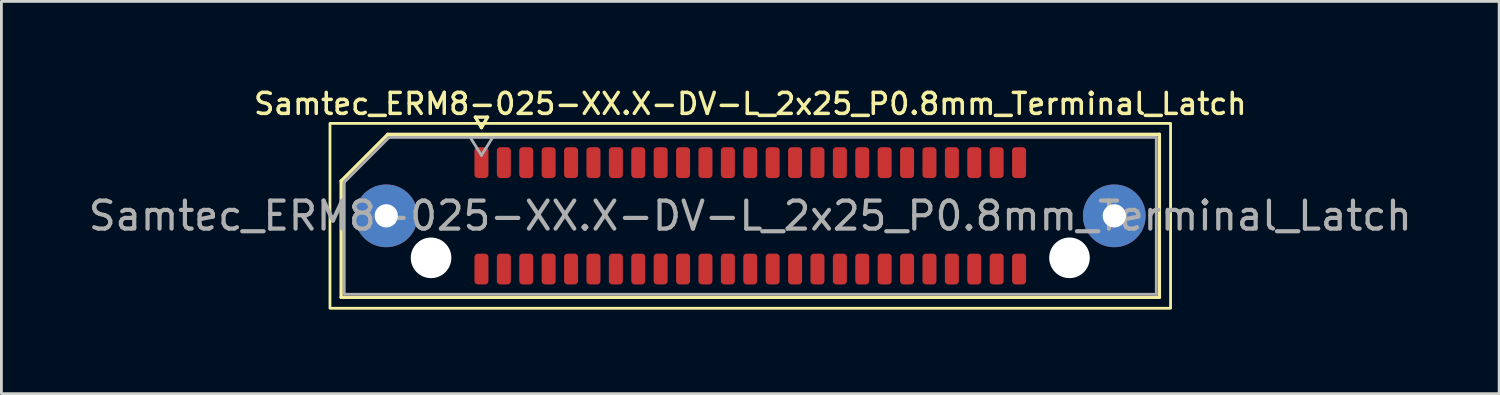
<source format=kicad_pcb>
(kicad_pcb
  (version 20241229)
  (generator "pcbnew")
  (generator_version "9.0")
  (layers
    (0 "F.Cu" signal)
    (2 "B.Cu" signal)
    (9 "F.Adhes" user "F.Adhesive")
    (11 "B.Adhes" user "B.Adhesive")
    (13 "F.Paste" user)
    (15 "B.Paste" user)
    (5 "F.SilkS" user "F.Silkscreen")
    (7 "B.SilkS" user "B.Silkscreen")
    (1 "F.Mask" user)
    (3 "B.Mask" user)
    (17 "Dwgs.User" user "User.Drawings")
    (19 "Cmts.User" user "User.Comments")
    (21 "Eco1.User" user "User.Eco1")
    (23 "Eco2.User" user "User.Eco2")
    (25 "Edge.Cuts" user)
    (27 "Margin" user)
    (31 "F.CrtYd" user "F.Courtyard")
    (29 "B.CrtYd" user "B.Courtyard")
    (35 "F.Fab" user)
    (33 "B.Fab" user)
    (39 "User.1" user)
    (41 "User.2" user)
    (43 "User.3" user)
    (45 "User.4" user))
  (footprint "Samtec_ERM8-025-XX.X-DV-L_2x25_P0.8mm_Terminal_Latch"
    (layer "F.Cu")
    (at 23.744 4.658)
    (property "Reference" "Samtec_ERM8-025-XX.X-DV-L_2x25_P0.8mm_Terminal_Latch" (at 0 -4 0) (layer "F.SilkS") (effects (font (size 0.75 0.75) (thickness 0.125))))
    (attr smd)
    (fp_line (start -14.61 -1.246) (end -12.946 -2.91) (stroke (width 0.12) (type solid)) (layer "F.SilkS"))
    (fp_line (start -14.61 2.91) (end -14.61 -1.246) (stroke (width 0.12) (type solid)) (layer "F.SilkS"))
    (fp_line (start -12.946 -2.91) (end 14.61 -2.91) (stroke (width 0.12) (type solid)) (layer "F.SilkS"))
    (fp_line (start -9.817 -3.525) (end -9.6 -3.15) (stroke (width 0.12) (type solid)) (layer "F.SilkS"))
    (fp_line (start -9.6 -3.15) (end -9.383 -3.525) (stroke (width 0.12) (type solid)) (layer "F.SilkS"))
    (fp_line (start -9.383 -3.525) (end -9.817 -3.525) (stroke (width 0.12) (type solid)) (layer "F.SilkS"))
    (fp_line (start 14.61 -2.91) (end 14.61 2.91) (stroke (width 0.12) (type solid)) (layer "F.SilkS"))
    (fp_line (start 14.61 2.91) (end -14.61 2.91) (stroke (width 0.12) (type solid)) (layer "F.SilkS"))
    (fp_rect (start -15.01 -3.3) (end 15.01 3.3) (stroke (width 0.1) (type solid)) (fill no) (layer "F.SilkS"))
    (fp_line (start -14.5 -1.2) (end -12.9 -2.8) (stroke (width 0.1) (type solid)) (layer "F.Fab"))
    (fp_line (start -14.5 2.8) (end -14.5 -1.2) (stroke (width 0.1) (type solid)) (layer "F.Fab"))
    (fp_line (start -12.9 -2.8) (end 14.5 -2.8) (stroke (width 0.1) (type solid)) (layer "F.Fab"))
    (fp_line (start -10 -2.8) (end -9.6 -2.16) (stroke (width 0.1) (type solid)) (layer "F.Fab"))
    (fp_line (start -9.6 -2.16) (end -9.2 -2.8) (stroke (width 0.1) (type solid)) (layer "F.Fab"))
    (fp_line (start 14.5 -2.8) (end 14.5 2.8) (stroke (width 0.1) (type solid)) (layer "F.Fab"))
    (fp_line (start 14.5 2.8) (end -14.5 2.8) (stroke (width 0.1) (type solid)) (layer "F.Fab"))
    (fp_text user "${REFERENCE}" (at 0 0 0) (layer "F.Fab") (effects (font (size 1 1) (thickness 0.15))))
    (pad "" thru_hole circle (at -13 0) (size 2.24 2.24) (drill 0.83) (layers "*.Cu" "*.Mask" "F.Paste"))
    (pad "" np_thru_hole circle (at -11.4 1.5) (size 1.45 1.45) (drill 1.45) (layers "*.Cu" "*.Mask"))
    (pad "" np_thru_hole circle (at 11.4 1.5) (size 1.45 1.45) (drill 1.45) (layers "*.Cu" "*.Mask"))
    (pad "" thru_hole circle (at 13 0) (size 2.24 2.24) (drill 0.83) (layers "*.Cu" "*.Mask" "F.Paste"))
    (pad "1" smd roundrect (at -9.6 -1.9) (size 0.5 1.1) (layers "F.Cu" "F.Mask" "F.Paste") (roundrect_rratio 0.25))
    (pad "2" smd roundrect (at -9.6 1.9) (size 0.5 1.1) (layers "F.Cu" "F.Mask" "F.Paste") (roundrect_rratio 0.25))
    (pad "3" smd roundrect (at -8.8 -1.9) (size 0.5 1.1) (layers "F.Cu" "F.Mask" "F.Paste") (roundrect_rratio 0.25))
    (pad "4" smd roundrect (at -8.8 1.9) (size 0.5 1.1) (layers "F.Cu" "F.Mask" "F.Paste") (roundrect_rratio 0.25))
    (pad "5" smd roundrect (at -8 -1.9) (size 0.5 1.1) (layers "F.Cu" "F.Mask" "F.Paste") (roundrect_rratio 0.25))
    (pad "6" smd roundrect (at -8 1.9) (size 0.5 1.1) (layers "F.Cu" "F.Mask" "F.Paste") (roundrect_rratio 0.25))
    (pad "7" smd roundrect (at -7.2 -1.9) (size 0.5 1.1) (layers "F.Cu" "F.Mask" "F.Paste") (roundrect_rratio 0.25))
    (pad "8" smd roundrect (at -7.2 1.9) (size 0.5 1.1) (layers "F.Cu" "F.Mask" "F.Paste") (roundrect_rratio 0.25))
    (pad "9" smd roundrect (at -6.4 -1.9) (size 0.5 1.1) (layers "F.Cu" "F.Mask" "F.Paste") (roundrect_rratio 0.25))
    (pad "10" smd roundrect (at -6.4 1.9) (size 0.5 1.1) (layers "F.Cu" "F.Mask" "F.Paste") (roundrect_rratio 0.25))
    (pad "11" smd roundrect (at -5.6 -1.9) (size 0.5 1.1) (layers "F.Cu" "F.Mask" "F.Paste") (roundrect_rratio 0.25))
    (pad "12" smd roundrect (at -5.6 1.9) (size 0.5 1.1) (layers "F.Cu" "F.Mask" "F.Paste") (roundrect_rratio 0.25))
    (pad "13" smd roundrect (at -4.8 -1.9) (size 0.5 1.1) (layers "F.Cu" "F.Mask" "F.Paste") (roundrect_rratio 0.25))
    (pad "14" smd roundrect (at -4.8 1.9) (size 0.5 1.1) (layers "F.Cu" "F.Mask" "F.Paste") (roundrect_rratio 0.25))
    (pad "15" smd roundrect (at -4 -1.9) (size 0.5 1.1) (layers "F.Cu" "F.Mask" "F.Paste") (roundrect_rratio 0.25))
    (pad "16" smd roundrect (at -4 1.9) (size 0.5 1.1) (layers "F.Cu" "F.Mask" "F.Paste") (roundrect_rratio 0.25))
    (pad "17" smd roundrect (at -3.2 -1.9) (size 0.5 1.1) (layers "F.Cu" "F.Mask" "F.Paste") (roundrect_rratio 0.25))
    (pad "18" smd roundrect (at -3.2 1.9) (size 0.5 1.1) (layers "F.Cu" "F.Mask" "F.Paste") (roundrect_rratio 0.25))
    (pad "19" smd roundrect (at -2.4 -1.9) (size 0.5 1.1) (layers "F.Cu" "F.Mask" "F.Paste") (roundrect_rratio 0.25))
    (pad "20" smd roundrect (at -2.4 1.9) (size 0.5 1.1) (layers "F.Cu" "F.Mask" "F.Paste") (roundrect_rratio 0.25))
    (pad "21" smd roundrect (at -1.6 -1.9) (size 0.5 1.1) (layers "F.Cu" "F.Mask" "F.Paste") (roundrect_rratio 0.25))
    (pad "22" smd roundrect (at -1.6 1.9) (size 0.5 1.1) (layers "F.Cu" "F.Mask" "F.Paste") (roundrect_rratio 0.25))
    (pad "23" smd roundrect (at -0.8 -1.9) (size 0.5 1.1) (layers "F.Cu" "F.Mask" "F.Paste") (roundrect_rratio 0.25))
    (pad "24" smd roundrect (at -0.8 1.9) (size 0.5 1.1) (layers "F.Cu" "F.Mask" "F.Paste") (roundrect_rratio 0.25))
    (pad "25" smd roundrect (at 0 -1.9) (size 0.5 1.1) (layers "F.Cu" "F.Mask" "F.Paste") (roundrect_rratio 0.25))
    (pad "26" smd roundrect (at 0 1.9) (size 0.5 1.1) (layers "F.Cu" "F.Mask" "F.Paste") (roundrect_rratio 0.25))
    (pad "27" smd roundrect (at 0.8 -1.9) (size 0.5 1.1) (layers "F.Cu" "F.Mask" "F.Paste") (roundrect_rratio 0.25))
    (pad "28" smd roundrect (at 0.8 1.9) (size 0.5 1.1) (layers "F.Cu" "F.Mask" "F.Paste") (roundrect_rratio 0.25))
    (pad "29" smd roundrect (at 1.6 -1.9) (size 0.5 1.1) (layers "F.Cu" "F.Mask" "F.Paste") (roundrect_rratio 0.25))
    (pad "30" smd roundrect (at 1.6 1.9) (size 0.5 1.1) (layers "F.Cu" "F.Mask" "F.Paste") (roundrect_rratio 0.25))
    (pad "31" smd roundrect (at 2.4 -1.9) (size 0.5 1.1) (layers "F.Cu" "F.Mask" "F.Paste") (roundrect_rratio 0.25))
    (pad "32" smd roundrect (at 2.4 1.9) (size 0.5 1.1) (layers "F.Cu" "F.Mask" "F.Paste") (roundrect_rratio 0.25))
    (pad "33" smd roundrect (at 3.2 -1.9) (size 0.5 1.1) (layers "F.Cu" "F.Mask" "F.Paste") (roundrect_rratio 0.25))
    (pad "34" smd roundrect (at 3.2 1.9) (size 0.5 1.1) (layers "F.Cu" "F.Mask" "F.Paste") (roundrect_rratio 0.25))
    (pad "35" smd roundrect (at 4 -1.9) (size 0.5 1.1) (layers "F.Cu" "F.Mask" "F.Paste") (roundrect_rratio 0.25))
    (pad "36" smd roundrect (at 4 1.9) (size 0.5 1.1) (layers "F.Cu" "F.Mask" "F.Paste") (roundrect_rratio 0.25))
    (pad "37" smd roundrect (at 4.8 -1.9) (size 0.5 1.1) (layers "F.Cu" "F.Mask" "F.Paste") (roundrect_rratio 0.25))
    (pad "38" smd roundrect (at 4.8 1.9) (size 0.5 1.1) (layers "F.Cu" "F.Mask" "F.Paste") (roundrect_rratio 0.25))
    (pad "39" smd roundrect (at 5.6 -1.9) (size 0.5 1.1) (layers "F.Cu" "F.Mask" "F.Paste") (roundrect_rratio 0.25))
    (pad "40" smd roundrect (at 5.6 1.9) (size 0.5 1.1) (layers "F.Cu" "F.Mask" "F.Paste") (roundrect_rratio 0.25))
    (pad "41" smd roundrect (at 6.4 -1.9) (size 0.5 1.1) (layers "F.Cu" "F.Mask" "F.Paste") (roundrect_rratio 0.25))
    (pad "42" smd roundrect (at 6.4 1.9) (size 0.5 1.1) (layers "F.Cu" "F.Mask" "F.Paste") (roundrect_rratio 0.25))
    (pad "43" smd roundrect (at 7.2 -1.9) (size 0.5 1.1) (layers "F.Cu" "F.Mask" "F.Paste") (roundrect_rratio 0.25))
    (pad "44" smd roundrect (at 7.2 1.9) (size 0.5 1.1) (layers "F.Cu" "F.Mask" "F.Paste") (roundrect_rratio 0.25))
    (pad "45" smd roundrect (at 8 -1.9) (size 0.5 1.1) (layers "F.Cu" "F.Mask" "F.Paste") (roundrect_rratio 0.25))
    (pad "46" smd roundrect (at 8 1.9) (size 0.5 1.1) (layers "F.Cu" "F.Mask" "F.Paste") (roundrect_rratio 0.25))
    (pad "47" smd roundrect (at 8.8 -1.9) (size 0.5 1.1) (layers "F.Cu" "F.Mask" "F.Paste") (roundrect_rratio 0.25))
    (pad "48" smd roundrect (at 8.8 1.9) (size 0.5 1.1) (layers "F.Cu" "F.Mask" "F.Paste") (roundrect_rratio 0.25))
    (pad "49" smd roundrect (at 9.6 -1.9) (size 0.5 1.1) (layers "F.Cu" "F.Mask" "F.Paste") (roundrect_rratio 0.25))
    (pad "50" smd roundrect (at 9.6 1.9) (size 0.5 1.1) (layers "F.Cu" "F.Mask" "F.Paste") (roundrect_rratio 0.25)))
  (gr_rect
    (start -3 -3)
    (end 50.488 11.008)
    (stroke (width 0.1) (type default))
    (fill no)
    (layer "Edge.Cuts")))
</source>
